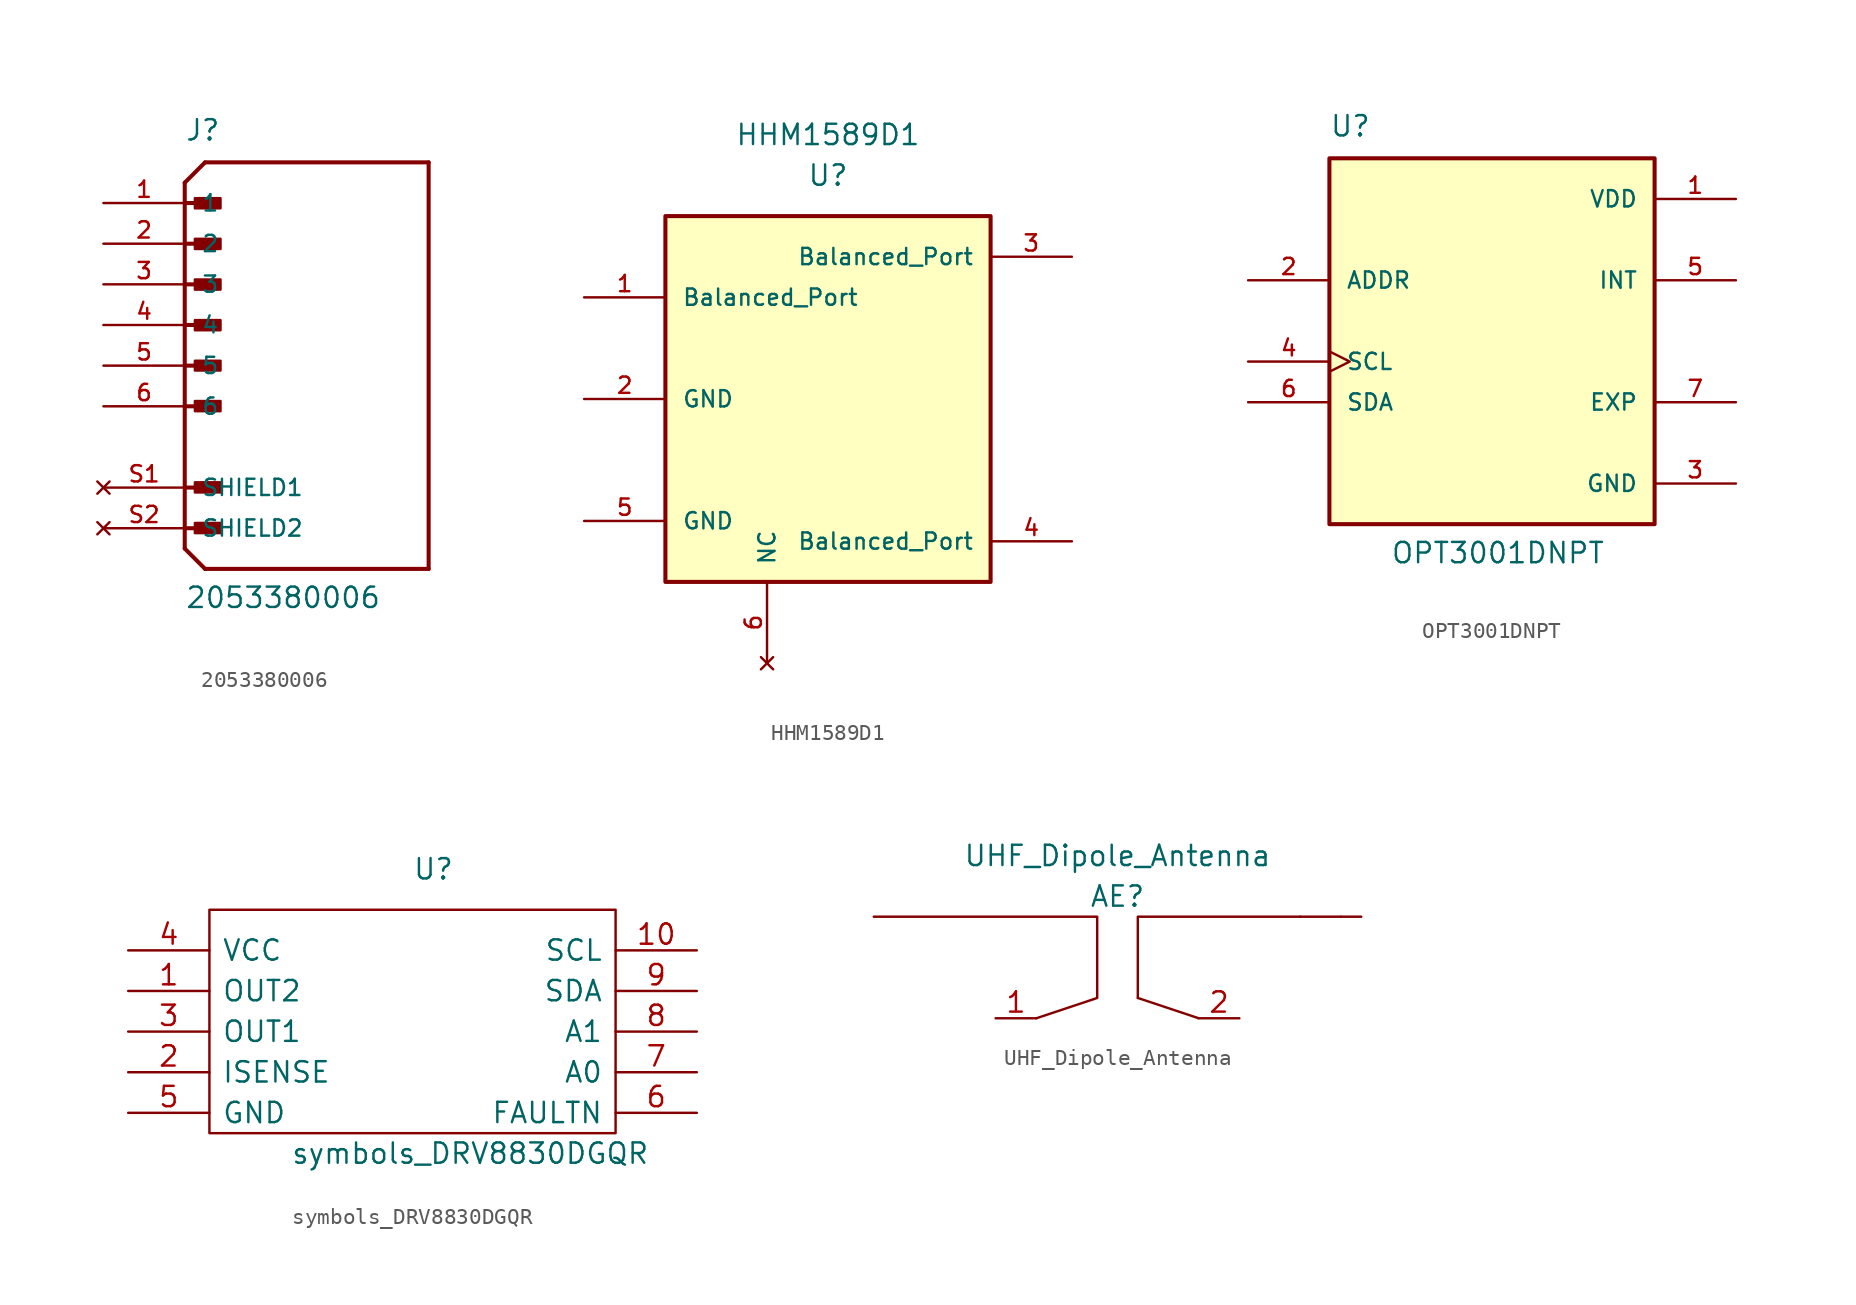
<source format=kicad_sym>
(kicad_symbol_lib
  (version 20211014)
  (generator kicad_symbol_editor)
  (symbol "2053380006"
    (pin_names
      (offset 1.016))
    (property "Reference" "J"
      (at -7.62 13.97 0)
      (effects (font (size 1.27 1.27)) (justify left bottom)))
    (property "Value" "2053380006"
      (at -7.62 -15.24 0)
      (effects (font (size 1.27 1.27)) (justify left bottom)))
    (property "ki_locked" ""
      (at 0 0 0)
      (effects (font (size 1.27 1.27))))
    (symbol "2053380006_0_0"
      (rectangle (start -6.985 -10.465) (end -5.385 -9.83) (stroke (width 0) (type default) (color 0 0 0 0)) (fill (type outline)))
      (rectangle (start -6.985 -7.925) (end -5.385 -7.29) (stroke (width 0) (type default) (color 0 0 0 0)) (fill (type outline)))
      (rectangle (start -6.985 -2.845) (end -5.385 -2.21) (stroke (width 0) (type default) (color 0 0 0 0)) (fill (type outline)))
      (rectangle (start -6.985 -0.305) (end -5.385 0.305) (stroke (width 0) (type default) (color 0 0 0 0)) (fill (type outline)))
      (rectangle (start -6.985 2.21) (end -5.385 2.845) (stroke (width 0) (type default) (color 0 0 0 0)) (fill (type outline)))
      (rectangle (start -6.985 4.75) (end -5.385 5.385) (stroke (width 0) (type default) (color 0 0 0 0)) (fill (type outline)))
      (rectangle (start -6.985 7.29) (end -5.385 7.925) (stroke (width 0) (type default) (color 0 0 0 0)) (fill (type outline)))
      (rectangle (start -6.985 9.83) (end -5.385 10.465) (stroke (width 0) (type default) (color 0 0 0 0)) (fill (type outline)))
      (polyline (pts (xy -7.62 -11.43) (xy -6.35 -12.7)) (stroke (width 0.254) (type default) (color 0 0 0 0)) (fill (type none)))
      (polyline (pts (xy -7.62 -10.16) (xy -5.715 -10.16)) (stroke (width 0.254) (type default) (color 0 0 0 0)) (fill (type none)))
      (polyline (pts (xy -7.62 -7.62) (xy -5.715 -7.62)) (stroke (width 0.254) (type default) (color 0 0 0 0)) (fill (type none)))
      (polyline (pts (xy -7.62 -2.54) (xy -7.62 -11.43)) (stroke (width 0.254) (type default) (color 0 0 0 0)) (fill (type none)))
      (polyline (pts (xy -7.62 -2.54) (xy -5.715 -2.54)) (stroke (width 0.254) (type default) (color 0 0 0 0)) (fill (type none)))
      (polyline (pts (xy -7.62 0) (xy -7.62 -2.54)) (stroke (width 0.254) (type default) (color 0 0 0 0)) (fill (type none)))
      (polyline (pts (xy -7.62 0) (xy -5.715 0)) (stroke (width 0.254) (type default) (color 0 0 0 0)) (fill (type none)))
      (polyline (pts (xy -7.62 2.54) (xy -7.62 0)) (stroke (width 0.254) (type default) (color 0 0 0 0)) (fill (type none)))
      (polyline (pts (xy -7.62 2.54) (xy -5.715 2.54)) (stroke (width 0.254) (type default) (color 0 0 0 0)) (fill (type none)))
      (polyline (pts (xy -7.62 5.08) (xy -7.62 2.54)) (stroke (width 0.254) (type default) (color 0 0 0 0)) (fill (type none)))
      (polyline (pts (xy -7.62 5.08) (xy -5.715 5.08)) (stroke (width 0.254) (type default) (color 0 0 0 0)) (fill (type none)))
      (polyline (pts (xy -7.62 7.62) (xy -5.715 7.62)) (stroke (width 0.254) (type default) (color 0 0 0 0)) (fill (type none)))
      (polyline (pts (xy -7.62 10.16) (xy -5.715 10.16)) (stroke (width 0.254) (type default) (color 0 0 0 0)) (fill (type none)))
      (polyline (pts (xy -7.62 11.43) (xy -7.62 5.08)) (stroke (width 0.254) (type default) (color 0 0 0 0)) (fill (type none)))
      (polyline (pts (xy -7.62 11.43) (xy -6.35 12.7)) (stroke (width 0.254) (type default) (color 0 0 0 0)) (fill (type none)))
      (polyline (pts (xy -6.35 -12.7) (xy 7.62 -12.7)) (stroke (width 0.254) (type default) (color 0 0 0 0)) (fill (type none)))
      (polyline (pts (xy 7.62 -12.7) (xy 7.62 12.7)) (stroke (width 0.254) (type default) (color 0 0 0 0)) (fill (type none)))
      (polyline (pts (xy 7.62 12.7) (xy -6.35 12.7)) (stroke (width 0.254) (type default) (color 0 0 0 0)) (fill (type none)))
      (pin passive line (at -12.7 10.16 0) (length 5.08) (name "1" (effects (font (size 1.016 1.016)))) (number "1" (effects (font (size 1.016 1.016)))))
      (pin passive line (at -12.7 7.62 0) (length 5.08) (name "2" (effects (font (size 1.016 1.016)))) (number "2" (effects (font (size 1.016 1.016)))))
      (pin passive line (at -12.7 5.08 0) (length 5.08) (name "3" (effects (font (size 1.016 1.016)))) (number "3" (effects (font (size 1.016 1.016)))))
      (pin passive line (at -12.7 2.54 0) (length 5.08) (name "4" (effects (font (size 1.016 1.016)))) (number "4" (effects (font (size 1.016 1.016)))))
      (pin passive line (at -12.7 0 0) (length 5.08) (name "5" (effects (font (size 1.016 1.016)))) (number "5" (effects (font (size 1.016 1.016)))))
      (pin passive line (at -12.7 -2.54 0) (length 5.08) (name "6" (effects (font (size 1.016 1.016)))) (number "6" (effects (font (size 1.016 1.016)))))
      (pin no_connect line (at -12.7 -7.62 0) (length 5.08) (name "SHIELD1" (effects (font (size 1.016 1.016)))) (number "S1" (effects (font (size 1.016 1.016)))))
      (pin no_connect line (at -12.7 -10.16 0) (length 5.08) (name "SHIELD2" (effects (font (size 1.016 1.016)))) (number "S2" (effects (font (size 1.016 1.016)))))))
  (symbol "HHM1589D1"
    (pin_names
      (offset 1.016))
    (property "Reference" "U"
      (at 0 0 0)
      (effects (font (size 1.27 1.27))))
    (property "Value" "HHM1589D1"
      (at 0 2.54 0)
      (effects (font (size 1.27 1.27))))
    (symbol "HHM1589D1_1_1"
      (rectangle (start -10.16 -25.4) (end 10.16 -2.54) (stroke (width 0.254) (type default) (color 0 0 0 0)) (fill (type background)))
      (pin bidirectional line (at -15.24 -7.62 0) (length 5.08) (name "Balanced_Port" (effects (font (size 1.016 1.016)))) (number "1" (effects (font (size 1.016 1.016)))))
      (pin power_in line (at -15.24 -13.97 0) (length 5.08) (name "GND" (effects (font (size 1.016 1.016)))) (number "2" (effects (font (size 1.016 1.016)))))
      (pin bidirectional line (at 15.24 -5.08 180) (length 5.08) (name "Balanced_Port" (effects (font (size 1.016 1.016)))) (number "3" (effects (font (size 1.016 1.016)))))
      (pin bidirectional line (at 15.24 -22.86 180) (length 5.08) (name "Balanced_Port" (effects (font (size 1.016 1.016)))) (number "4" (effects (font (size 1.016 1.016)))))
      (pin power_in line (at -15.24 -21.59 0) (length 5.08) (name "GND" (effects (font (size 1.016 1.016)))) (number "5" (effects (font (size 1.016 1.016)))))
      (pin no_connect line (at -3.81 -30.48 90) (length 5.08) (name "NC" (effects (font (size 1.016 1.016)))) (number "6" (effects (font (size 1.016 1.016)))))))
  (symbol "OPT3001DNPT"
    (pin_names
      (offset 1.016))
    (property "Reference" "U"
      (at -10.16 13.97 0)
      (effects (font (size 1.27 1.27)) (justify left bottom)))
    (property "Value" "OPT3001DNPT"
      (at -6.35 -12.7 0)
      (effects (font (size 1.27 1.27)) (justify left bottom)))
    (property "ki_locked" ""
      (at 0 0 0)
      (effects (font (size 1.27 1.27))))
    (symbol "OPT3001DNPT_0_0"
      (rectangle (start -10.16 -10.16) (end 10.16 12.7) (stroke (width 0.254) (type default) (color 0 0 0 0)) (fill (type background)))
      (pin power_in line (at 15.24 10.16 180) (length 5.08) (name "VDD" (effects (font (size 1.016 1.016)))) (number "1" (effects (font (size 1.016 1.016)))))
      (pin input line (at -15.24 5.08 0) (length 5.08) (name "ADDR" (effects (font (size 1.016 1.016)))) (number "2" (effects (font (size 1.016 1.016)))))
      (pin power_in line (at 15.24 -7.62 180) (length 5.08) (name "GND" (effects (font (size 1.016 1.016)))) (number "3" (effects (font (size 1.016 1.016)))))
      (pin input clock (at -15.24 0 0) (length 5.08) (name "SCL" (effects (font (size 1.016 1.016)))) (number "4" (effects (font (size 1.016 1.016)))))
      (pin output line (at 15.24 5.08 180) (length 5.08) (name "INT" (effects (font (size 1.016 1.016)))) (number "5" (effects (font (size 1.016 1.016)))))
      (pin bidirectional line (at -15.24 -2.54 0) (length 5.08) (name "SDA" (effects (font (size 1.016 1.016)))) (number "6" (effects (font (size 1.016 1.016)))))
      (pin passive line (at 15.24 -2.54 180) (length 5.08) (name "EXP" (effects (font (size 1.016 1.016)))) (number "7" (effects (font (size 1.016 1.016)))))))
  (symbol "symbols_DRV8830DGQR"
    (pin_names
      (offset 0.762))
    (property "Reference" "U"
      (at 0 10.16 0)
      (effects (font (size 1.27 1.27)) (justify left)))
    (property "Value" "symbols_DRV8830DGQR"
      (at -7.62 -7.62 0)
      (effects (font (size 1.27 1.27)) (justify left)))
    (symbol "symbols_DRV8830DGQR_0_0"
      (pin output line (at -17.78 2.54 0) (length 5.08) (name "OUT2" (effects (font (size 1.27 1.27)))) (number "1" (effects (font (size 1.27 1.27)))))
      (pin input line (at 17.78 5.08 180) (length 5.08) (name "SCL" (effects (font (size 1.27 1.27)))) (number "10" (effects (font (size 1.27 1.27)))))
      (pin bidirectional line (at -17.78 -2.54 0) (length 5.08) (name "ISENSE" (effects (font (size 1.27 1.27)))) (number "2" (effects (font (size 1.27 1.27)))))
      (pin output line (at -17.78 0 0) (length 5.08) (name "OUT1" (effects (font (size 1.27 1.27)))) (number "3" (effects (font (size 1.27 1.27)))))
      (pin power_in line (at -17.78 5.08 0) (length 5.08) (name "VCC" (effects (font (size 1.27 1.27)))) (number "4" (effects (font (size 1.27 1.27)))))
      (pin power_in line (at -17.78 -5.08 0) (length 5.08) (name "GND" (effects (font (size 1.27 1.27)))) (number "5" (effects (font (size 1.27 1.27)))))
      (pin open_collector line (at 17.78 -5.08 180) (length 5.08) (name "FAULTN" (effects (font (size 1.27 1.27)))) (number "6" (effects (font (size 1.27 1.27)))))
      (pin input line (at 17.78 -2.54 180) (length 5.08) (name "A0" (effects (font (size 1.27 1.27)))) (number "7" (effects (font (size 1.27 1.27)))))
      (pin input line (at 17.78 0 180) (length 5.08) (name "A1" (effects (font (size 1.27 1.27)))) (number "8" (effects (font (size 1.27 1.27)))))
      (pin bidirectional line (at 17.78 2.54 180) (length 5.08) (name "SDA" (effects (font (size 1.27 1.27)))) (number "9" (effects (font (size 1.27 1.27))))))
    (symbol "symbols_DRV8830DGQR_0_1"
      (rectangle (start -12.7 7.62) (end 12.7 -6.35) (stroke (width 0) (type default) (color 0 0 0 0)) (fill (type none)))))
  (symbol "UHF_Dipole_Antenna"
    (pin_names
      (offset 1.016))
    (property "Reference" "AE"
      (at 0 2.54 0)
      (effects (font (size 1.27 1.27))))
    (property "Value" "UHF_Dipole_Antenna"
      (at 0 5.08 0)
      (effects (font (size 1.27 1.27))))
    (symbol "UHF_Dipole_Antenna_0_1"
      (polyline (pts (xy 1.27 -3.81) (xy 5.08 -5.08)) (stroke (width 0) (type default) (color 0 0 0 0)) (fill (type none)))
      (polyline (pts (xy 11.43 1.27) (xy 13.97 1.27)) (stroke (width 0) (type default) (color 0 0 0 0)) (fill (type none)))
      (polyline (pts (xy 13.97 1.27) (xy 15.24 1.27)) (stroke (width 0) (type default) (color 0 0 0 0)) (fill (type none)))
      (polyline (pts (xy 1.27 -3.81) (xy 1.27 1.27) (xy 11.43 1.27)) (stroke (width 0) (type default) (color 0 0 0 0)) (fill (type none)))
      (polyline (pts (xy -15.24 1.27) (xy -1.27 1.27) (xy -1.27 -3.81) (xy -5.08 -5.08)) (stroke (width 0) (type default) (color 0 0 0 0)) (fill (type none))))
    (symbol "UHF_Dipole_Antenna_1_1"
      (pin passive line (at -7.62 -5.08 0) (length 2.54) (name "~" (effects (font (size 1.27 1.27)))) (number "1" (effects (font (size 1.27 1.27)))))
      (pin passive line (at 7.62 -5.08 180) (length 2.54) (name "~" (effects (font (size 1.27 1.27)))) (number "2" (effects (font (size 1.27 1.27))))))))
</source>
